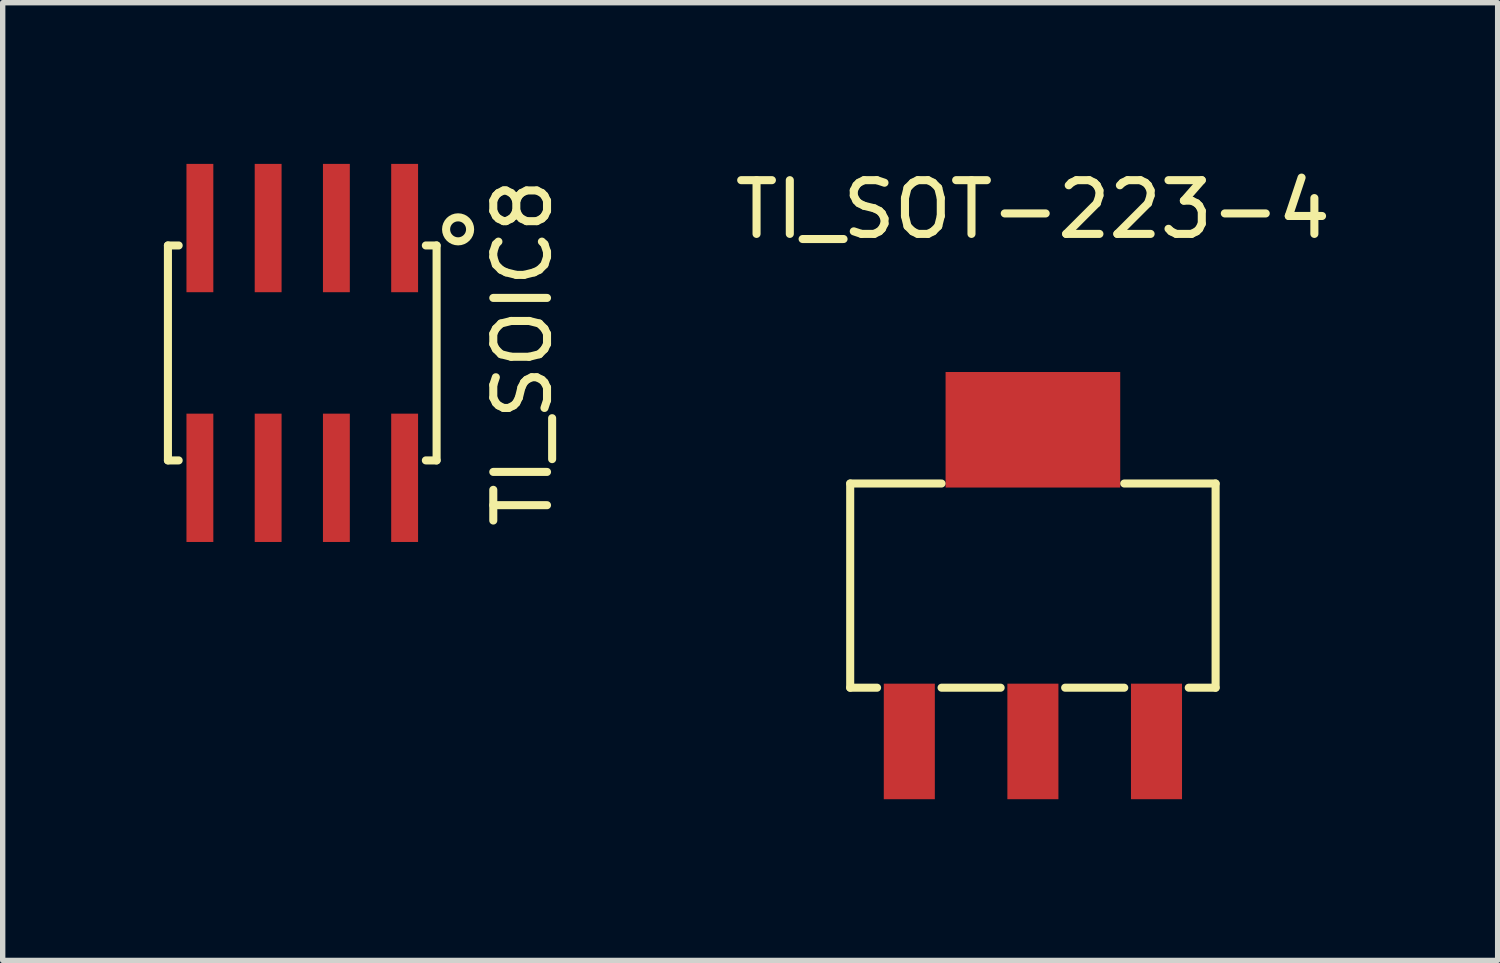
<source format=kicad_pcb>
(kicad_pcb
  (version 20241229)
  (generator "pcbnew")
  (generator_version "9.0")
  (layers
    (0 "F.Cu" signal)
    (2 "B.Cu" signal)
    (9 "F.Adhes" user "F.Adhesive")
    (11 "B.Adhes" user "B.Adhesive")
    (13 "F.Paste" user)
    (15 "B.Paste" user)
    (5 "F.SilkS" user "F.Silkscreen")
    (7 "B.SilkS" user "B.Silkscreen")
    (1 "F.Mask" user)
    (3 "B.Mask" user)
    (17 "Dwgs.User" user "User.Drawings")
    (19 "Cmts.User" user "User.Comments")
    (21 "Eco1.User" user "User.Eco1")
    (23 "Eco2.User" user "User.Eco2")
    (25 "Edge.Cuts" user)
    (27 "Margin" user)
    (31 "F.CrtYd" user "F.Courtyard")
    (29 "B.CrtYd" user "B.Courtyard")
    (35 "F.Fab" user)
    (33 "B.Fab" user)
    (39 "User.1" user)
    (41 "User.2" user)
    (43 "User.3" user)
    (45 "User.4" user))
  (footprint "TI_SOT-223-4"
    (layer "F.Cu")
    (at 16.172 7.848)
    (property "Reference" "TI_SOT-223-4" (at 0 -7 0) (layer "F.SilkS") (effects (font (size 1 1) (thickness 0.15))))
    (attr through_hole)
    (fp_line (start -3.4 -1.9) (end -1.7 -1.9) (stroke (width 0.15) (type solid)) (layer "F.SilkS"))
    (fp_line (start -3.4 1.9) (end -3.4 -1.9) (stroke (width 0.15) (type solid)) (layer "F.SilkS"))
    (fp_line (start -2.9 1.9) (end -3.4 1.9) (stroke (width 0.15) (type solid)) (layer "F.SilkS"))
    (fp_line (start -0.6 1.9) (end -1.7 1.9) (stroke (width 0.15) (type solid)) (layer "F.SilkS"))
    (fp_line (start 1.7 -1.9) (end 3.4 -1.9) (stroke (width 0.15) (type solid)) (layer "F.SilkS"))
    (fp_line (start 1.7 1.9) (end 0.6 1.9) (stroke (width 0.15) (type solid)) (layer "F.SilkS"))
    (fp_line (start 3.4 -1.9) (end 3.4 1.9) (stroke (width 0.15) (type solid)) (layer "F.SilkS"))
    (fp_line (start 3.4 1.9) (end 2.9 1.9) (stroke (width 0.15) (type solid)) (layer "F.SilkS"))
    (pad "1" smd rect (at -2.3 2.9) (size 0.95 2.15) (layers "F.Cu" "F.Mask" "F.Paste"))
    (pad "2" smd rect (at 0 2.9) (size 0.95 2.15) (layers "F.Cu" "F.Mask" "F.Paste"))
    (pad "3" smd rect (at 2.3 2.9) (size 0.95 2.15) (layers "F.Cu" "F.Mask" "F.Paste"))
    (pad "4" smd rect (at 0 -2.9) (size 3.25 2.15) (layers "F.Cu" "F.Mask" "F.Paste")))
  (footprint "TI_SOIC8"
    (layer "F.Cu")
    (at 2.575 3.518)
    (property "Reference" "TI_SOIC8" (at 4.1 0 90) (layer "F.SilkS") (effects (font (size 1 1) (thickness 0.15))))
    (attr through_hole)
    (fp_line (start -2.5 -2) (end -2.5 2) (stroke (width 0.15) (type solid)) (layer "F.SilkS"))
    (fp_line (start -2.5 -2) (end -2.3 -2) (stroke (width 0.15) (type solid)) (layer "F.SilkS"))
    (fp_line (start -2.5 2) (end -2.3 2) (stroke (width 0.15) (type solid)) (layer "F.SilkS"))
    (fp_line (start 2.3 -2) (end 2.5 -2) (stroke (width 0.15) (type solid)) (layer "F.SilkS"))
    (fp_line (start 2.5 -2) (end 2.5 2) (stroke (width 0.15) (type solid)) (layer "F.SilkS"))
    (fp_line (start 2.5 2) (end 2.3 2) (stroke (width 0.15) (type solid)) (layer "F.SilkS"))
    (fp_circle (center 2.9 -2.3) (end 2.7 -2.2) (stroke (width 0.15) (type solid)) (fill no) (layer "F.SilkS"))
    (pad "1" smd rect (at 1.905 -2.324) (size 0.5 2.388) (layers "F.Cu" "F.Mask" "F.Paste"))
    (pad "2" smd rect (at 0.635 -2.324) (size 0.5 2.388) (layers "F.Cu" "F.Mask" "F.Paste"))
    (pad "3" smd rect (at -0.635 -2.324) (size 0.5 2.388) (layers "F.Cu" "F.Mask" "F.Paste"))
    (pad "4" smd rect (at -1.905 -2.324) (size 0.5 2.388) (layers "F.Cu" "F.Mask" "F.Paste"))
    (pad "5" smd rect (at -1.905 2.324) (size 0.5 2.388) (layers "F.Cu" "F.Mask" "F.Paste"))
    (pad "6" smd rect (at -0.635 2.324) (size 0.5 2.388) (layers "F.Cu" "F.Mask" "F.Paste"))
    (pad "7" smd rect (at 0.635 2.324) (size 0.5 2.388) (layers "F.Cu" "F.Mask" "F.Paste"))
    (pad "8" smd rect (at 1.905 2.324) (size 0.5 2.388) (layers "F.Cu" "F.Mask" "F.Paste")))
  (gr_rect
    (start -3 -3)
    (end 24.821 14.823)
    (stroke (width 0.1) (type default))
    (fill no)
    (layer "Edge.Cuts")))
</source>
